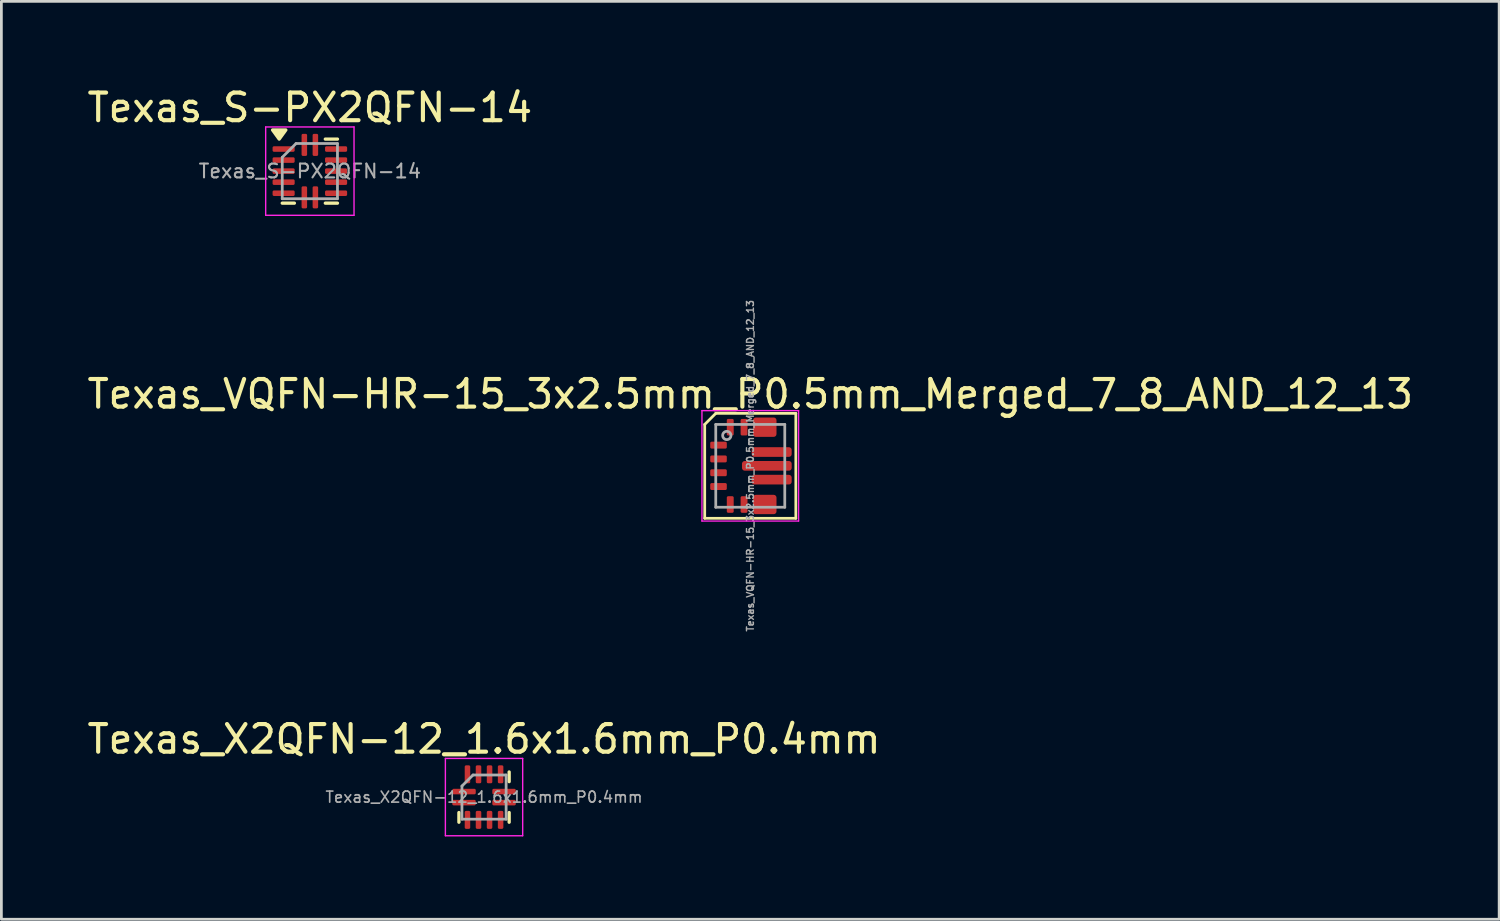
<source format=kicad_pcb>
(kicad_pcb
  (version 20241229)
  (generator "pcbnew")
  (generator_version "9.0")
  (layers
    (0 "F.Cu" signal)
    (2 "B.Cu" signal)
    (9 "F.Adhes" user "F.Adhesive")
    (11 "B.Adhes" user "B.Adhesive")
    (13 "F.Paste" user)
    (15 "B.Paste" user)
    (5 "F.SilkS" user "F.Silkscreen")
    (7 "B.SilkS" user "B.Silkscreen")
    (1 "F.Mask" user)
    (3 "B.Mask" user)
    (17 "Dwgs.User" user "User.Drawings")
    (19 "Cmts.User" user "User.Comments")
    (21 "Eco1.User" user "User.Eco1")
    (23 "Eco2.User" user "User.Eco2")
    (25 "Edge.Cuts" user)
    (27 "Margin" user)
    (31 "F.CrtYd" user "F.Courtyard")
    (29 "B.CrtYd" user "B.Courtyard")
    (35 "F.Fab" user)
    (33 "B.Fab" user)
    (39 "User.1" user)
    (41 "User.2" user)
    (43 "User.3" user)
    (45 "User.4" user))
  (footprint "Texas_VQFN-HR-15_3x2.5mm_P0.5mm_Merged_7_8_AND_12_13"
    (layer "F.Cu")
    (at 24.125 13.823)
    (property "Reference" "Texas_VQFN-HR-15_3x2.5mm_P0.5mm_Merged_7_8_AND_12_13" (at 0 -2.6 0) (unlocked yes) (layer "F.SilkS") (effects (font (size 1 1) (thickness 0.15))))
    (attr smd)
    (fp_rect (start 0.2 -1.15) (end 0.35 -1.65) (stroke (width 0.1) (type solid)) (fill yes) (layer "F.Mask"))
    (fp_rect (start 0.2 1.15) (end 0.35 1.65) (stroke (width 0.1) (type solid)) (fill yes) (layer "F.Mask"))
    (fp_rect (start 0.3 -1.15) (end 0.75 -1.3) (stroke (width 0.1) (type solid)) (fill yes) (layer "F.Mask"))
    (fp_rect (start 0.3 1.15) (end 0.75 1.3) (stroke (width 0.1) (type solid)) (fill yes) (layer "F.Mask"))
    (fp_rect (start 0.7 -1.15) (end 0.85 -1.65) (stroke (width 0.1) (type solid)) (fill yes) (layer "F.Mask"))
    (fp_rect (start 0.7 1.15) (end 0.85 1.65) (stroke (width 0.1) (type solid)) (fill yes) (layer "F.Mask"))
    (fp_line (start -1.65 -1.5) (end -1.65 1.9) (stroke (width 0.1) (type default)) (layer "F.SilkS"))
    (fp_line (start -1.65 -1.5) (end -1.25 -1.9) (stroke (width 0.1) (type default)) (layer "F.SilkS"))
    (fp_line (start -1.65 1.9) (end 1.65 1.9) (stroke (width 0.1) (type default)) (layer "F.SilkS"))
    (fp_line (start -1.25 -1.9) (end 1.65 -1.9) (stroke (width 0.1) (type default)) (layer "F.SilkS"))
    (fp_line (start 1.65 -1.9) (end 1.65 1.9) (stroke (width 0.1) (type default)) (layer "F.SilkS"))
    (fp_rect (start 0.2 -1.15) (end 0.35 -1.65) (stroke (width 0.1) (type solid)) (fill yes) (layer "F.Paste"))
    (fp_rect (start 0.2 1.15) (end 0.35 1.65) (stroke (width 0.1) (type solid)) (fill yes) (layer "F.Paste"))
    (fp_rect (start 0.3 -1.15) (end 0.75 -1.3) (stroke (width 0.1) (type solid)) (fill yes) (layer "F.Paste"))
    (fp_rect (start 0.3 1.15) (end 0.75 1.3) (stroke (width 0.1) (type solid)) (fill yes) (layer "F.Paste"))
    (fp_rect (start 0.7 -1.15) (end 0.85 -1.65) (stroke (width 0.1) (type solid)) (fill yes) (layer "F.Paste"))
    (fp_rect (start 0.7 1.15) (end 0.85 1.65) (stroke (width 0.1) (type solid)) (fill yes) (layer "F.Paste"))
    (fp_line (start -1.75 -2) (end 1.75 -2) (stroke (width 0.05) (type default)) (layer "F.CrtYd"))
    (fp_line (start -1.75 2) (end -1.75 -2) (stroke (width 0.05) (type default)) (layer "F.CrtYd"))
    (fp_line (start 1.75 -2) (end 1.75 2) (stroke (width 0.05) (type default)) (layer "F.CrtYd"))
    (fp_line (start 1.75 2) (end -1.75 2) (stroke (width 0.05) (type default)) (layer "F.CrtYd"))
    (fp_line (start -1.25 -1.5) (end 1.25 -1.5) (stroke (width 0.1) (type default)) (layer "F.Fab"))
    (fp_line (start -1.25 1.5) (end -1.25 -1.5) (stroke (width 0.1) (type default)) (layer "F.Fab"))
    (fp_line (start -1.25 1.5) (end 1.25 1.5) (stroke (width 0.1) (type default)) (layer "F.Fab"))
    (fp_line (start 1.25 -1.5) (end 1.25 1.5) (stroke (width 0.1) (type default)) (layer "F.Fab"))
    (fp_circle (center -0.85 -1.1) (end -0.7 -1.1) (stroke (width 0.1) (type solid)) (fill no) (layer "F.Fab"))
    (fp_text user "${REFERENCE}" (at 0 0 90) (unlocked yes) (layer "F.Fab") (effects (font (size 0.25 0.25) (thickness 0.05))))
    (pad "1" smd roundrect (at -1.15 -0.75 90) (size 0.25 0.6) (layers "F.Cu" "F.Mask" "F.Paste") (roundrect_rratio 0.2))
    (pad "2" smd roundrect (at -1.15 -0.25 90) (size 0.25 0.6) (layers "F.Cu" "F.Mask" "F.Paste") (roundrect_rratio 0.2))
    (pad "3" smd roundrect (at -1.15 0.25 90) (size 0.25 0.6) (layers "F.Cu" "F.Mask" "F.Paste") (roundrect_rratio 0.2))
    (pad "4" smd roundrect (at -1.15 0.75 90) (size 0.25 0.6) (layers "F.Cu" "F.Mask" "F.Paste") (roundrect_rratio 0.2))
    (pad "5" smd roundrect (at -0.725 1.4 180) (size 0.25 0.6) (layers "F.Cu" "F.Mask" "F.Paste") (roundrect_rratio 0.2))
    (pad "6" smd roundrect (at -0.225 1.4 180) (size 0.25 0.6) (layers "F.Cu" "F.Mask" "F.Paste") (roundrect_rratio 0.2))
    (pad "7" smd roundrect (at 0.525 1.4 180) (size 0.85 0.7) (layers "F.Cu") (roundrect_rratio 0.143))
    (pad "9" smd roundrect (at 0.775 0.5 90) (size 0.35 1.45) (layers "F.Cu" "F.Mask" "F.Paste") (roundrect_rratio 0.286))
    (pad "10" smd roundrect (at 0.6 0 90) (size 0.35 1.8) (layers "F.Cu" "F.Mask" "F.Paste") (roundrect_rratio 0.286))
    (pad "11" smd roundrect (at 0.775 -0.5 270) (size 0.35 1.45) (layers "F.Cu" "F.Mask" "F.Paste") (roundrect_rratio 0.286))
    (pad "13" smd roundrect (at 0.525 -1.4 180) (size 0.85 0.7) (layers "F.Cu") (roundrect_rratio 0.143))
    (pad "14" smd roundrect (at -0.225 -1.4 180) (size 0.25 0.6) (layers "F.Cu" "F.Mask" "F.Paste") (roundrect_rratio 0.2))
    (pad "15" smd roundrect (at -0.725 -1.4 180) (size 0.25 0.6) (layers "F.Cu" "F.Mask" "F.Paste") (roundrect_rratio 0.2)))
  (footprint "Texas_S-PX2QFN-14"
    (layer "F.Cu")
    (at 8.173 3.148)
    (property "Reference" "Texas_S-PX2QFN-14" (at 0 -2.3 0) (layer "F.SilkS") (effects (font (size 1 1) (thickness 0.15))))
    (attr smd)
    (fp_line (start -0.56 1.16) (end -1 1.16) (stroke (width 0.12) (type solid)) (layer "F.SilkS"))
    (fp_line (start 0.56 -1.16) (end 1 -1.16) (stroke (width 0.12) (type solid)) (layer "F.SilkS"))
    (fp_line (start 0.56 1.16) (end 1 1.16) (stroke (width 0.12) (type solid)) (layer "F.SilkS"))
    (fp_poly (pts (xy -1.11 -1.16) (xy -1.35 -1.49) (xy -0.87 -1.49) (xy -1.11 -1.16)) (stroke (width 0.12) (type solid)) (fill yes) (layer "F.SilkS"))
    (fp_line (start -1.6 -1.6) (end -1.6 1.6) (stroke (width 0.05) (type solid)) (layer "F.CrtYd"))
    (fp_line (start -1.6 1.6) (end 1.6 1.6) (stroke (width 0.05) (type solid)) (layer "F.CrtYd"))
    (fp_line (start 1.6 -1.6) (end -1.6 -1.6) (stroke (width 0.05) (type solid)) (layer "F.CrtYd"))
    (fp_line (start 1.6 1.6) (end 1.6 -1.6) (stroke (width 0.05) (type solid)) (layer "F.CrtYd"))
    (fp_line (start -1 -0.5) (end -0.5 -1) (stroke (width 0.1) (type solid)) (layer "F.Fab"))
    (fp_line (start -1 1) (end -1 -0.5) (stroke (width 0.1) (type solid)) (layer "F.Fab"))
    (fp_line (start -0.5 -1) (end 1 -1) (stroke (width 0.1) (type solid)) (layer "F.Fab"))
    (fp_line (start 1 -1) (end 1 1) (stroke (width 0.1) (type solid)) (layer "F.Fab"))
    (fp_line (start 1 1) (end -1 1) (stroke (width 0.1) (type solid)) (layer "F.Fab"))
    (fp_text user "${REFERENCE}" (at 0 0 0) (layer "F.Fab") (effects (font (size 0.5 0.5) (thickness 0.075))))
    (pad "1" smd roundrect (at -0.95 -0.8) (size 0.8 0.2) (layers "F.Cu" "F.Mask" "F.Paste") (roundrect_rratio 0.25))
    (pad "2" smd roundrect (at -0.95 -0.4) (size 0.8 0.2) (layers "F.Cu" "F.Mask" "F.Paste") (roundrect_rratio 0.25))
    (pad "3" smd roundrect (at -0.95 0) (size 0.8 0.2) (layers "F.Cu" "F.Mask" "F.Paste") (roundrect_rratio 0.25))
    (pad "4" smd roundrect (at -0.95 0.4) (size 0.8 0.2) (layers "F.Cu" "F.Mask" "F.Paste") (roundrect_rratio 0.25))
    (pad "5" smd roundrect (at -0.95 0.8) (size 0.8 0.2) (layers "F.Cu" "F.Mask" "F.Paste") (roundrect_rratio 0.25))
    (pad "6" smd roundrect (at -0.2 0.95) (size 0.2 0.8) (layers "F.Cu" "F.Mask" "F.Paste") (roundrect_rratio 0.25))
    (pad "7" smd roundrect (at 0.2 0.95) (size 0.2 0.8) (layers "F.Cu" "F.Mask" "F.Paste") (roundrect_rratio 0.25))
    (pad "8" smd roundrect (at 0.95 0.8) (size 0.8 0.2) (layers "F.Cu" "F.Mask" "F.Paste") (roundrect_rratio 0.25))
    (pad "9" smd roundrect (at 0.95 0.4) (size 0.8 0.2) (layers "F.Cu" "F.Mask" "F.Paste") (roundrect_rratio 0.25))
    (pad "10" smd roundrect (at 0.95 0) (size 0.8 0.2) (layers "F.Cu" "F.Mask" "F.Paste") (roundrect_rratio 0.25))
    (pad "11" smd roundrect (at 0.95 -0.4) (size 0.8 0.2) (layers "F.Cu" "F.Mask" "F.Paste") (roundrect_rratio 0.25))
    (pad "12" smd roundrect (at 0.95 -0.8) (size 0.8 0.2) (layers "F.Cu" "F.Mask" "F.Paste") (roundrect_rratio 0.25))
    (pad "13" smd roundrect (at 0.2 -0.95) (size 0.2 0.8) (layers "F.Cu" "F.Mask" "F.Paste") (roundrect_rratio 0.25))
    (pad "14" smd roundrect (at -0.2 -0.95) (size 0.2 0.8) (layers "F.Cu" "F.Mask" "F.Paste") (roundrect_rratio 0.25)))
  (footprint "Texas_X2QFN-12_1.6x1.6mm_P0.4mm"
    (layer "F.Cu")
    (at 14.482 25.821)
    (property "Reference" "Texas_X2QFN-12_1.6x1.6mm_P0.4mm" (at 0 -2.1 0) (layer "F.SilkS") (effects (font (size 1 1) (thickness 0.15))))
    (attr smd)
    (fp_line (start -0.91 0.91) (end -0.91 0.56) (stroke (width 0.12) (type solid)) (layer "F.SilkS"))
    (fp_line (start 0.91 -0.91) (end 0.91 -0.56) (stroke (width 0.12) (type solid)) (layer "F.SilkS"))
    (fp_line (start 0.91 0.91) (end 0.91 0.56) (stroke (width 0.12) (type solid)) (layer "F.SilkS"))
    (fp_line (start -1.4 -1.4) (end -1.4 1.4) (stroke (width 0.05) (type solid)) (layer "F.CrtYd"))
    (fp_line (start -1.4 1.4) (end 1.4 1.4) (stroke (width 0.05) (type solid)) (layer "F.CrtYd"))
    (fp_line (start 1.4 -1.4) (end -1.4 -1.4) (stroke (width 0.05) (type solid)) (layer "F.CrtYd"))
    (fp_line (start 1.4 1.4) (end 1.4 -1.4) (stroke (width 0.05) (type solid)) (layer "F.CrtYd"))
    (fp_line (start -0.8 -0.4) (end -0.4 -0.8) (stroke (width 0.1) (type solid)) (layer "F.Fab"))
    (fp_line (start -0.8 0.8) (end -0.8 -0.4) (stroke (width 0.1) (type solid)) (layer "F.Fab"))
    (fp_line (start -0.4 -0.8) (end 0.8 -0.8) (stroke (width 0.1) (type solid)) (layer "F.Fab"))
    (fp_line (start 0.8 -0.8) (end 0.8 0.8) (stroke (width 0.1) (type solid)) (layer "F.Fab"))
    (fp_line (start 0.8 0.8) (end -0.8 0.8) (stroke (width 0.1) (type solid)) (layer "F.Fab"))
    (fp_text user "${REFERENCE}" (at 0 0 0) (layer "F.Fab") (effects (font (size 0.4 0.4) (thickness 0.06))))
    (pad "1" smd roundrect (at -0.725 -0.2) (size 0.85 0.2) (layers "F.Cu" "F.Mask" "F.Paste") (roundrect_rratio 0.25))
    (pad "2" smd roundrect (at -0.725 0.2) (size 0.85 0.2) (layers "F.Cu" "F.Mask" "F.Paste") (roundrect_rratio 0.25))
    (pad "3" smd roundrect (at -0.6 0.825) (size 0.2 0.65) (layers "F.Cu" "F.Mask" "F.Paste") (roundrect_rratio 0.25))
    (pad "4" smd roundrect (at -0.2 0.825) (size 0.2 0.65) (layers "F.Cu" "F.Mask" "F.Paste") (roundrect_rratio 0.25))
    (pad "5" smd roundrect (at 0.2 0.825) (size 0.2 0.65) (layers "F.Cu" "F.Mask" "F.Paste") (roundrect_rratio 0.25))
    (pad "6" smd roundrect (at 0.6 0.825) (size 0.2 0.65) (layers "F.Cu" "F.Mask" "F.Paste") (roundrect_rratio 0.25))
    (pad "7" smd roundrect (at 0.725 0.2) (size 0.85 0.2) (layers "F.Cu" "F.Mask" "F.Paste") (roundrect_rratio 0.25))
    (pad "8" smd roundrect (at 0.725 -0.2) (size 0.85 0.2) (layers "F.Cu" "F.Mask" "F.Paste") (roundrect_rratio 0.25))
    (pad "9" smd roundrect (at 0.6 -0.825) (size 0.2 0.65) (layers "F.Cu" "F.Mask" "F.Paste") (roundrect_rratio 0.25))
    (pad "10" smd roundrect (at 0.2 -0.825) (size 0.2 0.65) (layers "F.Cu" "F.Mask" "F.Paste") (roundrect_rratio 0.25))
    (pad "11" smd roundrect (at -0.2 -0.825) (size 0.2 0.65) (layers "F.Cu" "F.Mask" "F.Paste") (roundrect_rratio 0.25))
    (pad "12" smd roundrect (at -0.6 -0.825) (size 0.2 0.65) (layers "F.Cu" "F.Mask" "F.Paste") (roundrect_rratio 0.25)))
  (gr_rect
    (start -3 -3)
    (end 51.25 30.246)
    (stroke (width 0.1) (type default))
    (fill no)
    (layer "Edge.Cuts")))
</source>
